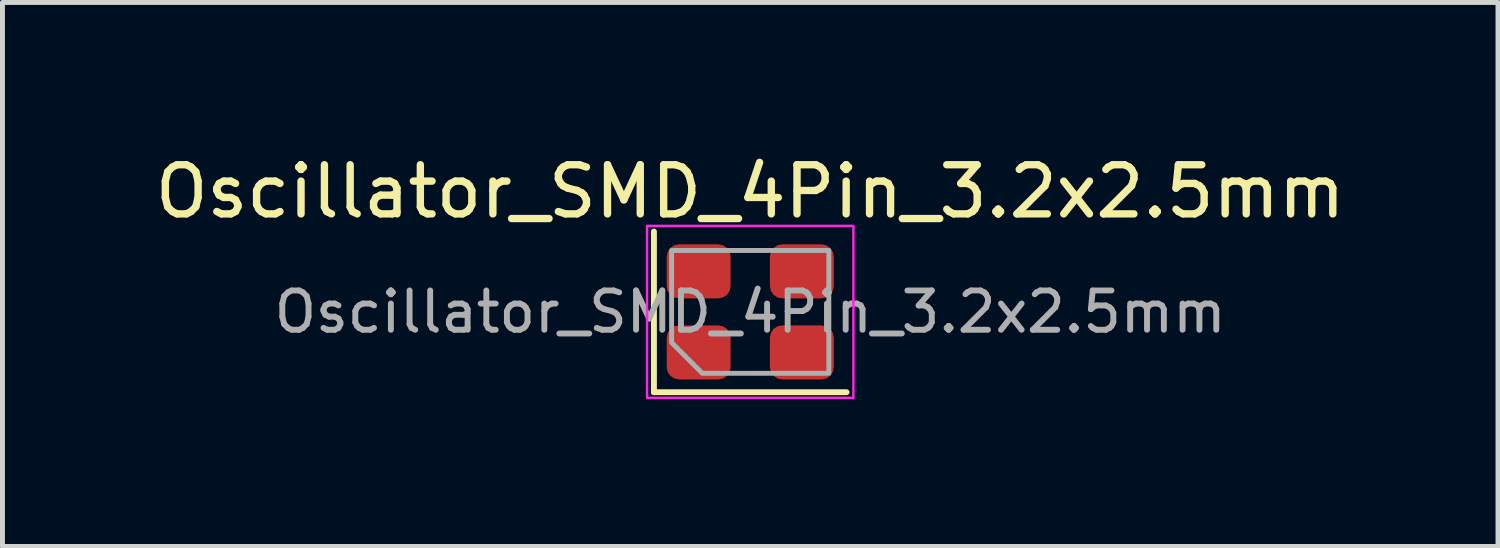
<source format=kicad_pcb>
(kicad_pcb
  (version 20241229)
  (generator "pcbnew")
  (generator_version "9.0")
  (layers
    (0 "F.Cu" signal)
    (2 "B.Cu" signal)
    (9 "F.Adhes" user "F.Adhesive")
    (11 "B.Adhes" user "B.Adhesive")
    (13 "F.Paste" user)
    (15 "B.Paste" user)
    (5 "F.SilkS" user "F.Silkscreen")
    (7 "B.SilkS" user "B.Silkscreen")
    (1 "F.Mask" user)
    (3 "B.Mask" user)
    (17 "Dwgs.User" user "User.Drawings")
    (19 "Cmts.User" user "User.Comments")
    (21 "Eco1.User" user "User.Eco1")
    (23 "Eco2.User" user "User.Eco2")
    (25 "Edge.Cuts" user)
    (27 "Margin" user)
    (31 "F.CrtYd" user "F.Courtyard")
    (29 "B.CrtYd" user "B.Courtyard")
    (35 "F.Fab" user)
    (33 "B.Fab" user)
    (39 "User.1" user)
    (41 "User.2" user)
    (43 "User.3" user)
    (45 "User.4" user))
  (footprint "Oscillator_SMD_4Pin_3.2x2.5mm"
    (layer "F.Cu")
    (at 12.22 3.298)
    (property "Reference" "Oscillator_SMD_4Pin_3.2x2.5mm" (at 0 -2.45 0) (layer "F.SilkS") (effects (font (size 1 1) (thickness 0.15))))
    (attr smd)
    (fp_line (start -1.96 -1.635) (end -1.96 1.635) (stroke (width 0.12) (type solid)) (layer "F.SilkS"))
    (fp_line (start -1.96 1.635) (end 1.96 1.635) (stroke (width 0.12) (type solid)) (layer "F.SilkS"))
    (fp_rect (start -2.1 -1.75) (end 2.1 1.75) (stroke (width 0.05) (type solid)) (fill no) (layer "F.CrtYd"))
    (fp_poly (pts (xy -1.6 -1.25) (xy -1.6 0.625) (xy -0.975 1.25) (xy 1.6 1.25) (xy 1.6 -1.25)) (stroke (width 0.1) (type solid)) (fill no) (layer "F.Fab"))
    (fp_text user "${REFERENCE}" (at 0 0 0) (layer "F.Fab") (effects (font (size 0.8 0.8) (thickness 0.12))))
    (pad "1" smd roundrect (at -1.05 0.825) (size 1.3 1.1) (layers "F.Cu" "F.Mask" "F.Paste") (roundrect_rratio 0.227))
    (pad "2" smd roundrect (at 1.05 0.825) (size 1.3 1.1) (layers "F.Cu" "F.Mask" "F.Paste") (roundrect_rratio 0.227))
    (pad "3" smd roundrect (at 1.05 -0.825) (size 1.3 1.1) (layers "F.Cu" "F.Mask" "F.Paste") (roundrect_rratio 0.227))
    (pad "4" smd roundrect (at -1.05 -0.825) (size 1.3 1.1) (layers "F.Cu" "F.Mask" "F.Paste") (roundrect_rratio 0.227)))
  (gr_rect
    (start -3 -3)
    (end 27.44 8.073)
    (stroke (width 0.1) (type default))
    (fill no)
    (layer "Edge.Cuts")))
</source>
